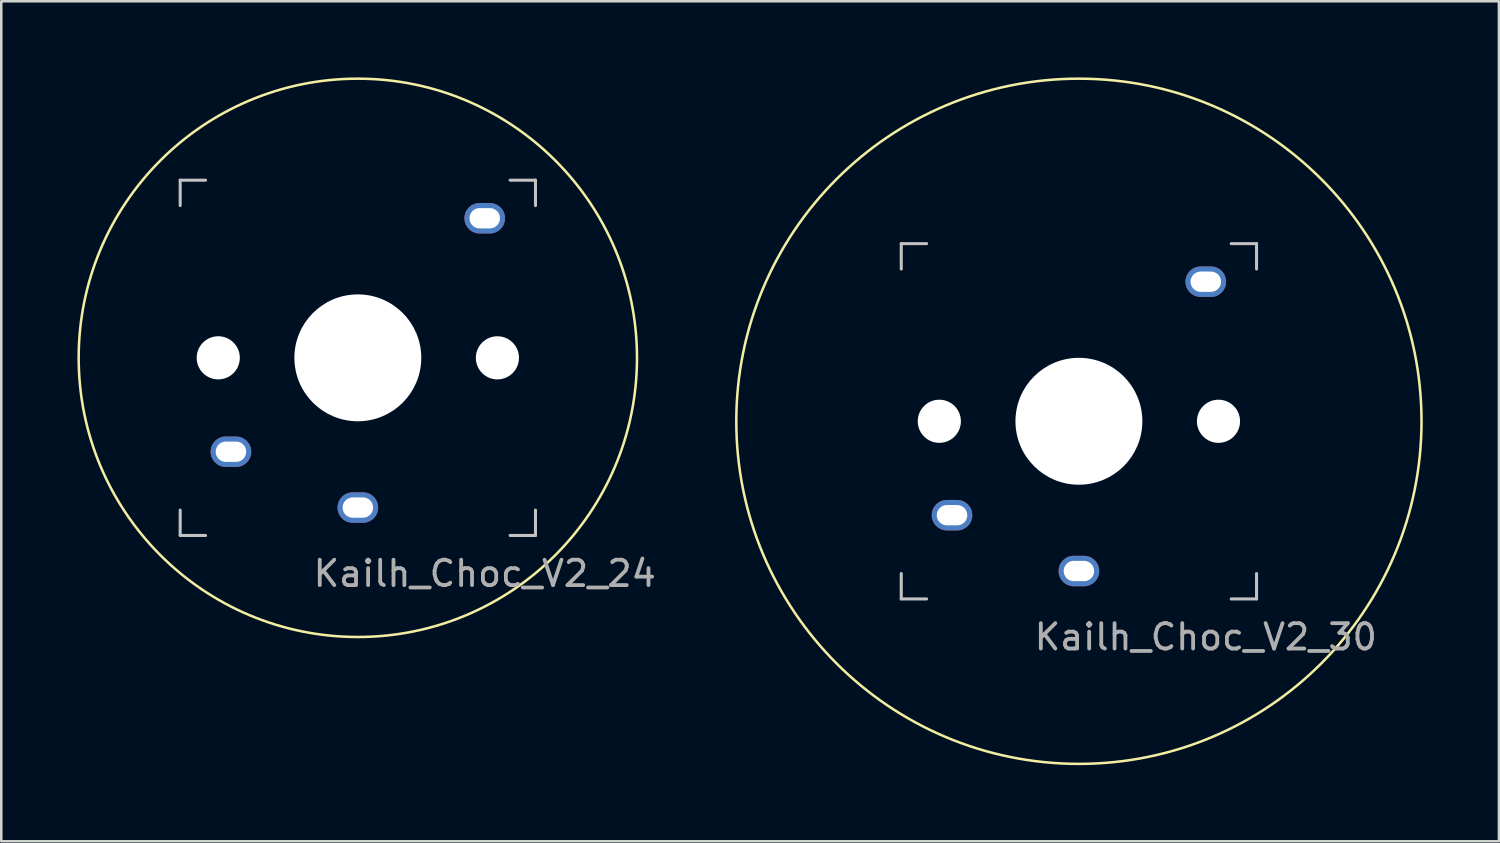
<source format=kicad_pcb>
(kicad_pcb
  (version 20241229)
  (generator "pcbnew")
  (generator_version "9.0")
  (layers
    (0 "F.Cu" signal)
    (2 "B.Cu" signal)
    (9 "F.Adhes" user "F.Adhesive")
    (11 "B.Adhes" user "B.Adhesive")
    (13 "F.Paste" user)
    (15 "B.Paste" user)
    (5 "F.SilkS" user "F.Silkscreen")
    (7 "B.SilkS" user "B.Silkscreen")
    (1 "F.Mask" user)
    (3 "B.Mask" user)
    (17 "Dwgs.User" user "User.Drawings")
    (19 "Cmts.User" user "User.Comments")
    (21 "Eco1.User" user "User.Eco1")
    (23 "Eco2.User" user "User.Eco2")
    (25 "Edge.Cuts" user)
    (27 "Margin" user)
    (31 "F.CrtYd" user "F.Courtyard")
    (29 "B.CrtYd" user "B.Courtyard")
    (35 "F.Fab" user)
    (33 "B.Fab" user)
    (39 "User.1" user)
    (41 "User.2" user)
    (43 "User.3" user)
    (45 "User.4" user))
  (footprint "Kailh_Choc_V2_30"
    (layer "F.Cu")
    (at 39.463 13.55)
    (property "Reference" "Kailh_Choc_V2_30" (at 5 8.5 0) (layer "F.Fab") (effects (font (size 1 1) (thickness 0.15))))
    (attr smd)
    (fp_circle (center 0 0) (end 13.5 0) (stroke (width 0.1) (type default)) (fill no) (layer "F.SilkS"))
    (fp_line (start -7 -7) (end -7 -6) (stroke (width 0.12) (type solid)) (layer "Dwgs.User"))
    (fp_line (start -7 -7) (end -6 -7) (stroke (width 0.12) (type solid)) (layer "Dwgs.User"))
    (fp_line (start -7 7) (end -7 6) (stroke (width 0.12) (type solid)) (layer "Dwgs.User"))
    (fp_line (start -7 7) (end -6 7) (stroke (width 0.12) (type solid)) (layer "Dwgs.User"))
    (fp_line (start 7 -7) (end 6 -7) (stroke (width 0.12) (type solid)) (layer "Dwgs.User"))
    (fp_line (start 7 -7) (end 7 -6) (stroke (width 0.12) (type solid)) (layer "Dwgs.User"))
    (fp_line (start 7 7) (end 6 7) (stroke (width 0.12) (type solid)) (layer "Dwgs.User"))
    (fp_line (start 7 7) (end 7 6) (stroke (width 0.12) (type solid)) (layer "Dwgs.User"))
    (pad "" np_thru_hole circle (at -5.5 0) (size 1.7 1.7) (drill 1.7) (layers "*.Cu" "*.Mask"))
    (pad "" np_thru_hole circle (at 0 0) (size 5 5) (drill 5) (layers "*.Cu" "*.Mask"))
    (pad "" np_thru_hole circle (at 5.5 0) (size 1.7 1.7) (drill 1.7) (layers "*.Cu" "*.Mask"))
    (pad "1" thru_hole oval (at -5 3.7) (size 1.6 1.2) (drill oval 1.2 0.8) (layers "*.Cu" "*.Mask"))
    (pad "2" thru_hole oval (at 0 5.9) (size 1.6 1.2) (drill oval 1.2 0.8) (layers "*.Cu" "*.Mask"))
    (pad "MP" thru_hole oval (at 5 -5.5) (size 1.6 1.2) (drill oval 1.2 0.8) (layers "*.Cu" "*.Mask")))
  (footprint "Kailh_Choc_V2_24"
    (layer "F.Cu")
    (at 11.05 11.05)
    (property "Reference" "Kailh_Choc_V2_24" (at 5 8.5 0) (layer "F.Fab") (effects (font (size 1 1) (thickness 0.15))))
    (attr smd)
    (fp_circle (center 0 0) (end 11 0) (stroke (width 0.1) (type default)) (fill no) (layer "F.SilkS"))
    (fp_line (start -7 -7) (end -7 -6) (stroke (width 0.12) (type solid)) (layer "Dwgs.User"))
    (fp_line (start -7 -7) (end -6 -7) (stroke (width 0.12) (type solid)) (layer "Dwgs.User"))
    (fp_line (start -7 7) (end -7 6) (stroke (width 0.12) (type solid)) (layer "Dwgs.User"))
    (fp_line (start -7 7) (end -6 7) (stroke (width 0.12) (type solid)) (layer "Dwgs.User"))
    (fp_line (start 7 -7) (end 6 -7) (stroke (width 0.12) (type solid)) (layer "Dwgs.User"))
    (fp_line (start 7 -7) (end 7 -6) (stroke (width 0.12) (type solid)) (layer "Dwgs.User"))
    (fp_line (start 7 7) (end 6 7) (stroke (width 0.12) (type solid)) (layer "Dwgs.User"))
    (fp_line (start 7 7) (end 7 6) (stroke (width 0.12) (type solid)) (layer "Dwgs.User"))
    (pad "" np_thru_hole circle (at -5.5 0) (size 1.7 1.7) (drill 1.7) (layers "*.Cu" "*.Mask"))
    (pad "" np_thru_hole circle (at 0 0) (size 5 5) (drill 5) (layers "*.Cu" "*.Mask"))
    (pad "" np_thru_hole circle (at 5.5 0) (size 1.7 1.7) (drill 1.7) (layers "*.Cu" "*.Mask"))
    (pad "1" thru_hole oval (at -5 3.7) (size 1.6 1.2) (drill oval 1.2 0.8) (layers "*.Cu" "*.Mask"))
    (pad "2" thru_hole oval (at 0 5.9) (size 1.6 1.2) (drill oval 1.2 0.8) (layers "*.Cu" "*.Mask"))
    (pad "MP" thru_hole oval (at 5 -5.5) (size 1.6 1.2) (drill oval 1.2 0.8) (layers "*.Cu" "*.Mask")))
  (gr_rect
    (start -3 -3)
    (end 56.013 30.1)
    (stroke (width 0.1) (type default))
    (fill no)
    (layer "Edge.Cuts")))
</source>
